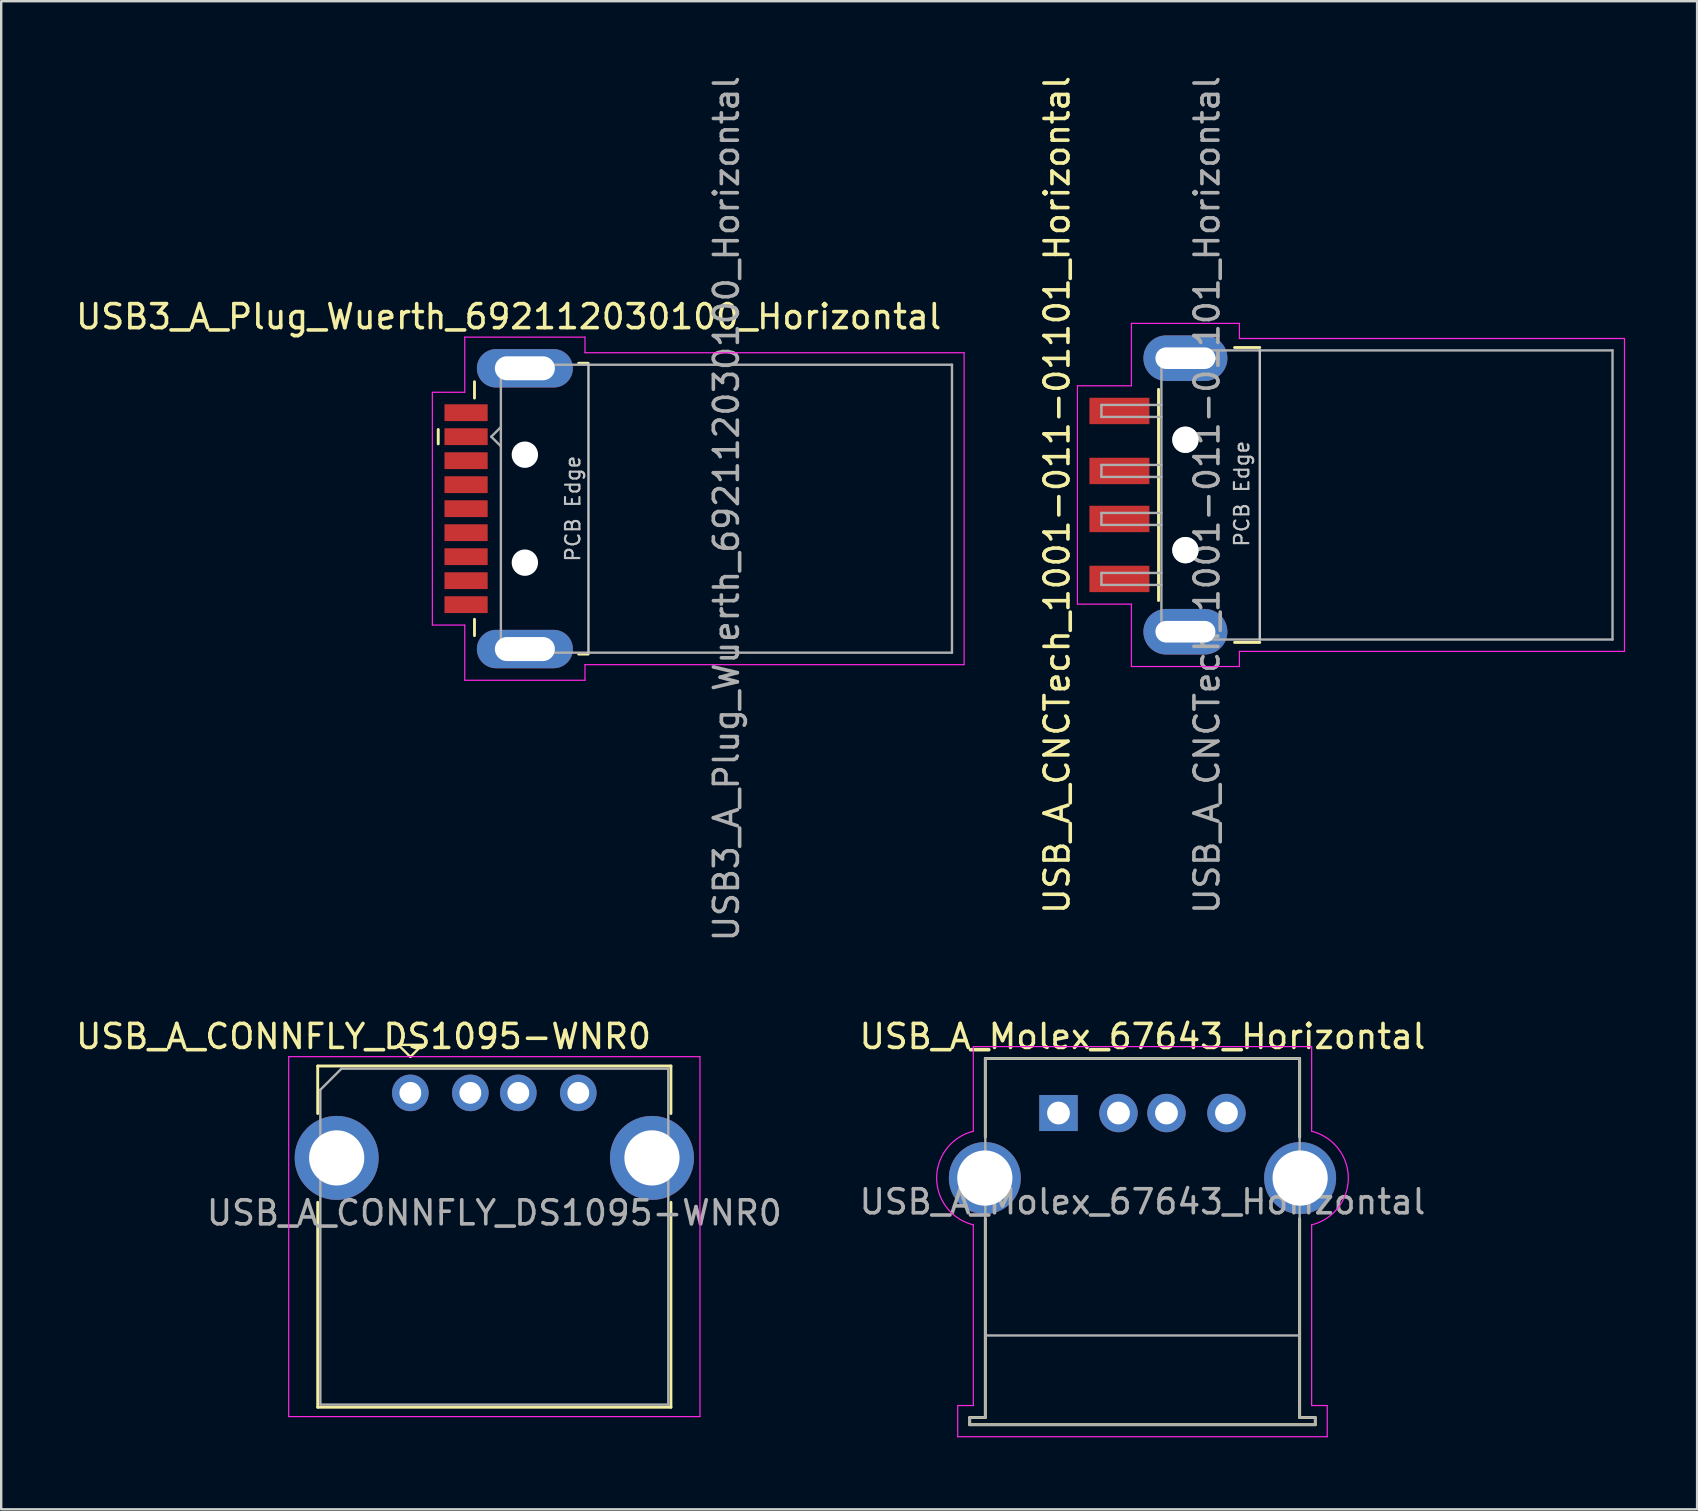
<source format=kicad_pcb>
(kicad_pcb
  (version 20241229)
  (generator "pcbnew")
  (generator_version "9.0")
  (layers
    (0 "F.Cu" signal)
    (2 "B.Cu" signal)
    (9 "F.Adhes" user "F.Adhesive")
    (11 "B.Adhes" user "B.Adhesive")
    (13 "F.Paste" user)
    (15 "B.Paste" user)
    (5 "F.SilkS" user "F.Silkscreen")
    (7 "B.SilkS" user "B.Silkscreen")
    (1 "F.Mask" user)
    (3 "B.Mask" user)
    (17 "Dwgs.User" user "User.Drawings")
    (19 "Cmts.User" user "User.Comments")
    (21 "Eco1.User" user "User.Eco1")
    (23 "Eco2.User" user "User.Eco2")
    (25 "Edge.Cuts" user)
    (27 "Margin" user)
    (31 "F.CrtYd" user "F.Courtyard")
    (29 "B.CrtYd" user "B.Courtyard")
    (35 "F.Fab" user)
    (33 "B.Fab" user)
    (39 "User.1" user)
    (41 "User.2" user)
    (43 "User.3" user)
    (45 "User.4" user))
  (footprint "USB_A_Molex_67643_Horizontal"
    (layer "F.Cu")
    (at 41.063 43.336)
    (property "Reference" "USB_A_Molex_67643_Horizontal" (at 3.5 -3.19 0) (layer "F.SilkS") (effects (font (size 1 1) (thickness 0.15))))
    (attr through_hole)
    (fp_line (start -3.7 12.69) (end -3.7 12.99) (stroke (width 0.12) (type solid)) (layer "F.SilkS"))
    (fp_line (start -3.7 12.99) (end 10.7 12.99) (stroke (width 0.12) (type solid)) (layer "F.SilkS"))
    (fp_line (start -3.05 -2.27) (end -3.05 1) (stroke (width 0.12) (type solid)) (layer "F.SilkS"))
    (fp_line (start -3.05 -2.27) (end 10.05 -2.27) (stroke (width 0.12) (type solid)) (layer "F.SilkS"))
    (fp_line (start -3.05 12.69) (end -3.7 12.69) (stroke (width 0.12) (type solid)) (layer "F.SilkS"))
    (fp_line (start -3.05 12.69) (end -3.05 4.4) (stroke (width 0.12) (type solid)) (layer "F.SilkS"))
    (fp_line (start 10.05 -2.27) (end 10.05 1) (stroke (width 0.12) (type solid)) (layer "F.SilkS"))
    (fp_line (start 10.05 4.4) (end 10.05 12.69) (stroke (width 0.12) (type solid)) (layer "F.SilkS"))
    (fp_line (start 10.7 12.69) (end 10.05 12.69) (stroke (width 0.12) (type solid)) (layer "F.SilkS"))
    (fp_line (start 10.7 12.99) (end 10.7 12.69) (stroke (width 0.12) (type solid)) (layer "F.SilkS"))
    (fp_line (start -4.2 12.19) (end -3.55 12.19) (stroke (width 0.05) (type solid)) (layer "F.CrtYd"))
    (fp_line (start -4.2 13.49) (end -4.2 12.19) (stroke (width 0.05) (type solid)) (layer "F.CrtYd"))
    (fp_line (start -4.2 13.49) (end 11.2 13.49) (stroke (width 0.05) (type solid)) (layer "F.CrtYd"))
    (fp_line (start -3.55 -2.77) (end -3.55 0.76) (stroke (width 0.05) (type solid)) (layer "F.CrtYd"))
    (fp_line (start -3.55 -2.77) (end 10.55 -2.77) (stroke (width 0.05) (type solid)) (layer "F.CrtYd"))
    (fp_line (start -3.55 12.19) (end -3.55 4.66) (stroke (width 0.05) (type solid)) (layer "F.CrtYd"))
    (fp_line (start 10.55 -2.77) (end 10.55 0.76) (stroke (width 0.05) (type solid)) (layer "F.CrtYd"))
    (fp_line (start 10.55 12.19) (end 10.55 4.66) (stroke (width 0.05) (type solid)) (layer "F.CrtYd"))
    (fp_line (start 11.2 12.19) (end 10.55 12.19) (stroke (width 0.05) (type solid)) (layer "F.CrtYd"))
    (fp_line (start 11.2 13.49) (end 11.2 12.19) (stroke (width 0.05) (type solid)) (layer "F.CrtYd"))
    (fp_arc (start -3.55 4.66) (mid -5.078208 2.71) (end -3.55 0.76) (stroke (width 0.05) (type solid)) (layer "F.CrtYd"))
    (fp_arc (start 10.55 0.76) (mid 12.078208 2.71) (end 10.55 4.66) (stroke (width 0.05) (type solid)) (layer "F.CrtYd"))
    (fp_line (start -3.7 12.69) (end -3.7 12.99) (stroke (width 0.1) (type solid)) (layer "F.Fab"))
    (fp_line (start -3.7 12.99) (end 10.7 12.99) (stroke (width 0.1) (type solid)) (layer "F.Fab"))
    (fp_line (start -3.05 -2.27) (end 10.05 -2.27) (stroke (width 0.1) (type solid)) (layer "F.Fab"))
    (fp_line (start -3.05 9.27) (end 10.05 9.27) (stroke (width 0.1) (type solid)) (layer "F.Fab"))
    (fp_line (start -3.05 12.69) (end -3.7 12.69) (stroke (width 0.1) (type solid)) (layer "F.Fab"))
    (fp_line (start -3.05 12.69) (end -3.05 -2.27) (stroke (width 0.1) (type solid)) (layer "F.Fab"))
    (fp_line (start 10.05 -2.27) (end 10.05 12.69) (stroke (width 0.1) (type solid)) (layer "F.Fab"))
    (fp_line (start 10.7 12.69) (end 10.05 12.69) (stroke (width 0.1) (type solid)) (layer "F.Fab"))
    (fp_line (start 10.7 12.99) (end 10.7 12.69) (stroke (width 0.1) (type solid)) (layer "F.Fab"))
    (fp_text user "${REFERENCE}" (at 3.5 3.7 0) (layer "F.Fab") (effects (font (size 1 1) (thickness 0.15))))
    (pad "1" thru_hole rect (at 0 0) (size 1.6 1.5) (drill 0.95) (layers "*.Cu" "*.Mask"))
    (pad "2" thru_hole circle (at 2.5 0) (size 1.6 1.6) (drill 0.95) (layers "*.Cu" "*.Mask"))
    (pad "3" thru_hole circle (at 4.5 0) (size 1.6 1.6) (drill 0.95) (layers "*.Cu" "*.Mask"))
    (pad "4" thru_hole circle (at 7 0) (size 1.6 1.6) (drill 0.95) (layers "*.Cu" "*.Mask"))
    (pad "5" thru_hole circle (at -3.07 2.71) (size 3 3) (drill 2.3) (layers "*.Cu" "*.Mask"))
    (pad "5" thru_hole circle (at 10.07 2.71) (size 3 3) (drill 2.3) (layers "*.Cu" "*.Mask")))
  (footprint "USB3_A_Plug_Wuerth_692112030100_Horizontal"
    (layer "F.Cu")
    (at 18.149 18.149)
    (property "Reference" "USB3_A_Plug_Wuerth_692112030100_Horizontal" (at 0 -8 0) (layer "F.SilkS") (effects (font (size 1 1) (thickness 0.15))))
    (attr smd)
    (fp_line (start -2.935 -2.7) (end -2.935 -3.3) (stroke (width 0.12) (type solid)) (layer "F.SilkS"))
    (fp_line (start -1.425 -4.61) (end -1.425 -5.29) (stroke (width 0.12) (type solid)) (layer "F.SilkS"))
    (fp_line (start -1.425 4.61) (end -1.425 5.29) (stroke (width 0.12) (type solid)) (layer "F.SilkS"))
    (fp_line (start 3.315 -6.06) (end 2.915 -6.06) (stroke (width 0.12) (type solid)) (layer "F.SilkS"))
    (fp_line (start 3.315 6.06) (end 2.915 6.06) (stroke (width 0.12) (type solid)) (layer "F.SilkS"))
    (fp_line (start 3.325 6) (end 3.325 -6) (stroke (width 0.1) (type solid)) (layer "Dwgs.User"))
    (fp_line (start -3.18 -4.85) (end -3.18 4.85) (stroke (width 0.05) (type solid)) (layer "F.CrtYd"))
    (fp_line (start -1.83 -7.15) (end -1.83 -4.85) (stroke (width 0.05) (type solid)) (layer "F.CrtYd"))
    (fp_line (start -1.83 -4.85) (end -3.18 -4.85) (stroke (width 0.05) (type solid)) (layer "F.CrtYd"))
    (fp_line (start -1.83 4.85) (end -3.18 4.85) (stroke (width 0.05) (type solid)) (layer "F.CrtYd"))
    (fp_line (start -1.83 7.15) (end -1.83 4.85) (stroke (width 0.05) (type solid)) (layer "F.CrtYd"))
    (fp_line (start 3.18 -7.15) (end -1.83 -7.15) (stroke (width 0.05) (type solid)) (layer "F.CrtYd"))
    (fp_line (start 3.18 -6.5) (end 3.18 -7.15) (stroke (width 0.05) (type solid)) (layer "F.CrtYd"))
    (fp_line (start 3.18 6.5) (end 3.18 7.15) (stroke (width 0.05) (type solid)) (layer "F.CrtYd"))
    (fp_line (start 3.18 7.15) (end -1.83 7.15) (stroke (width 0.05) (type solid)) (layer "F.CrtYd"))
    (fp_line (start 18.98 -6.5) (end 3.18 -6.5) (stroke (width 0.05) (type solid)) (layer "F.CrtYd"))
    (fp_line (start 18.98 6.5) (end 3.18 6.5) (stroke (width 0.05) (type solid)) (layer "F.CrtYd"))
    (fp_line (start 18.98 6.5) (end 18.98 -6.5) (stroke (width 0.05) (type solid)) (layer "F.CrtYd"))
    (fp_line (start -0.725 -3) (end -0.325 -3.4) (stroke (width 0.1) (type solid)) (layer "F.Fab"))
    (fp_line (start -0.725 -3) (end -0.325 -2.6) (stroke (width 0.1) (type solid)) (layer "F.Fab"))
    (fp_line (start -0.325 6) (end -0.325 -6) (stroke (width 0.1) (type solid)) (layer "F.Fab"))
    (fp_line (start 18.475 -6) (end -0.325 -6) (stroke (width 0.1) (type solid)) (layer "F.Fab"))
    (fp_line (start 18.475 6) (end -0.325 6) (stroke (width 0.1) (type solid)) (layer "F.Fab"))
    (fp_line (start 18.475 6) (end 18.475 -6) (stroke (width 0.1) (type solid)) (layer "F.Fab"))
    (fp_text user "PCB Edge" (at 2.675 0 90) (layer "Dwgs.User") (effects (font (size 0.6 0.6) (thickness 0.09))))
    (fp_text user "${REFERENCE}" (at 9.075 0 90) (layer "F.Fab") (effects (font (size 1 1) (thickness 0.15))))
    (pad "" np_thru_hole circle (at 0.675 -2.25 90) (size 1.1 1.1) (drill 1.1) (layers "*.Cu" "*.Mask"))
    (pad "" np_thru_hole circle (at 0.675 2.25 90) (size 1.1 1.1) (drill 1.1) (layers "*.Cu" "*.Mask"))
    (pad "1" smd rect (at -1.775 -3 90) (size 0.7 1.8) (layers "F.Cu" "F.Mask" "F.Paste"))
    (pad "2" smd rect (at -1.775 -1 90) (size 0.7 1.8) (layers "F.Cu" "F.Mask" "F.Paste"))
    (pad "3" smd rect (at -1.775 1 90) (size 0.7 1.8) (layers "F.Cu" "F.Mask" "F.Paste"))
    (pad "4" smd rect (at -1.775 3 90) (size 0.7 1.8) (layers "F.Cu" "F.Mask" "F.Paste"))
    (pad "5" smd rect (at -1.775 4 90) (size 0.7 1.8) (layers "F.Cu" "F.Mask" "F.Paste"))
    (pad "6" smd rect (at -1.775 2 90) (size 0.7 1.8) (layers "F.Cu" "F.Mask" "F.Paste"))
    (pad "7" smd rect (at -1.775 0 90) (size 0.7 1.8) (layers "F.Cu" "F.Mask" "F.Paste"))
    (pad "8" smd rect (at -1.775 -2 90) (size 0.7 1.8) (layers "F.Cu" "F.Mask" "F.Paste"))
    (pad "9" smd rect (at -1.775 -4) (size 1.8 0.7) (layers "F.Cu" "F.Mask" "F.Paste"))
    (pad "10" thru_hole oval (at 0.675 -5.85 90) (size 1.6 4) (drill oval 1 2.5) (layers "*.Cu" "*.Mask"))
    (pad "10" thru_hole oval (at 0.675 5.85 90) (size 1.6 4) (drill oval 1 2.5) (layers "*.Cu" "*.Mask")))
  (footprint "USB_A_CNCTech_1001-011-01101_Horizontal"
    (layer "F.Cu")
    (at 53.252 17.577)
    (property "Reference" "USB_A_CNCTech_1001-011-01101_Horizontal" (at -12.25 0 90) (layer "F.SilkS") (effects (font (size 1 1) (thickness 0.15))))
    (attr smd)
    (fp_line (start -8.02 -4.4) (end -8.02 4.4) (stroke (width 0.12) (type solid)) (layer "F.SilkS"))
    (fp_line (start -4.85 -6.145) (end -3.8 -6.145) (stroke (width 0.12) (type solid)) (layer "F.SilkS"))
    (fp_line (start -4.85 6.145) (end -3.8 6.145) (stroke (width 0.12) (type solid)) (layer "F.SilkS"))
    (fp_line (start -3.8 6.025) (end -3.8 -6.025) (stroke (width 0.1) (type solid)) (layer "Dwgs.User"))
    (fp_line (start -11.4 -4.55) (end -9.15 -4.55) (stroke (width 0.05) (type solid)) (layer "F.CrtYd"))
    (fp_line (start -11.4 4.55) (end -11.4 -4.55) (stroke (width 0.05) (type solid)) (layer "F.CrtYd"))
    (fp_line (start -11.4 4.55) (end -9.15 4.55) (stroke (width 0.05) (type solid)) (layer "F.CrtYd"))
    (fp_line (start -9.15 -7.15) (end -9.15 -4.55) (stroke (width 0.05) (type solid)) (layer "F.CrtYd"))
    (fp_line (start -9.15 -7.15) (end -4.65 -7.15) (stroke (width 0.05) (type solid)) (layer "F.CrtYd"))
    (fp_line (start -9.15 4.55) (end -9.15 7.15) (stroke (width 0.05) (type solid)) (layer "F.CrtYd"))
    (fp_line (start -9.15 7.15) (end -4.65 7.15) (stroke (width 0.05) (type solid)) (layer "F.CrtYd"))
    (fp_line (start -4.65 -6.52) (end -4.65 -7.15) (stroke (width 0.05) (type solid)) (layer "F.CrtYd"))
    (fp_line (start -4.65 -6.52) (end 11.4 -6.52) (stroke (width 0.05) (type solid)) (layer "F.CrtYd"))
    (fp_line (start -4.65 6.52) (end 11.4 6.52) (stroke (width 0.05) (type solid)) (layer "F.CrtYd"))
    (fp_line (start -4.65 7.15) (end -4.65 6.52) (stroke (width 0.05) (type solid)) (layer "F.CrtYd"))
    (fp_line (start 11.4 6.52) (end 11.4 -6.52) (stroke (width 0.05) (type solid)) (layer "F.CrtYd"))
    (fp_line (start -10.4 -3.75) (end -7.9 -3.75) (stroke (width 0.1) (type solid)) (layer "F.Fab"))
    (fp_line (start -10.4 -3.25) (end -10.4 -3.75) (stroke (width 0.1) (type solid)) (layer "F.Fab"))
    (fp_line (start -10.4 -3.25) (end -7.9 -3.25) (stroke (width 0.1) (type solid)) (layer "F.Fab"))
    (fp_line (start -10.4 -1.25) (end -7.9 -1.25) (stroke (width 0.1) (type solid)) (layer "F.Fab"))
    (fp_line (start -10.4 -0.75) (end -10.4 -1.25) (stroke (width 0.1) (type solid)) (layer "F.Fab"))
    (fp_line (start -10.4 -0.75) (end -7.9 -0.75) (stroke (width 0.1) (type solid)) (layer "F.Fab"))
    (fp_line (start -10.4 0.75) (end -7.9 0.75) (stroke (width 0.1) (type solid)) (layer "F.Fab"))
    (fp_line (start -10.4 1.25) (end -10.4 0.75) (stroke (width 0.1) (type solid)) (layer "F.Fab"))
    (fp_line (start -10.4 1.25) (end -7.9 1.25) (stroke (width 0.1) (type solid)) (layer "F.Fab"))
    (fp_line (start -10.4 3.25) (end -7.9 3.25) (stroke (width 0.1) (type solid)) (layer "F.Fab"))
    (fp_line (start -10.4 3.75) (end -10.4 3.25) (stroke (width 0.1) (type solid)) (layer "F.Fab"))
    (fp_line (start -10.4 3.75) (end -7.9 3.75) (stroke (width 0.1) (type solid)) (layer "F.Fab"))
    (fp_line (start -7.9 -6.025) (end 10.9 -6.025) (stroke (width 0.1) (type solid)) (layer "F.Fab"))
    (fp_line (start -7.9 6.025) (end -7.9 -6.025) (stroke (width 0.1) (type solid)) (layer "F.Fab"))
    (fp_line (start -7.9 6.025) (end 10.9 6.025) (stroke (width 0.1) (type solid)) (layer "F.Fab"))
    (fp_line (start 10.9 6.025) (end 10.9 -6.025) (stroke (width 0.1) (type solid)) (layer "F.Fab"))
    (fp_circle (center -6.9 -2.3) (end -6.9 -2.8) (stroke (width 0.1) (type solid)) (fill no) (layer "F.Fab"))
    (fp_circle (center -6.9 2.3) (end -6.9 2.8) (stroke (width 0.1) (type solid)) (fill no) (layer "F.Fab"))
    (fp_text user "PCB Edge" (at -4.55 -0.05 90) (layer "Dwgs.User") (effects (font (size 0.6 0.6) (thickness 0.09))))
    (fp_text user "${REFERENCE}" (at -6 0 90) (layer "F.Fab") (effects (font (size 1 1) (thickness 0.15))))
    (pad "" np_thru_hole circle (at -6.9 -2.3) (size 1.1 1.1) (drill 1.1) (layers "*.Cu" "*.Mask"))
    (pad "" np_thru_hole circle (at -6.9 2.3) (size 1.1 1.1) (drill 1.1) (layers "*.Cu" "*.Mask"))
    (pad "1" smd rect (at -9.65 -3.5) (size 2.5 1.1) (layers "F.Cu" "F.Mask" "F.Paste"))
    (pad "2" smd rect (at -9.65 -1) (size 2.5 1.1) (layers "F.Cu" "F.Mask" "F.Paste"))
    (pad "3" smd rect (at -9.65 1) (size 2.5 1.1) (layers "F.Cu" "F.Mask" "F.Paste"))
    (pad "4" smd rect (at -9.65 3.5) (size 2.5 1.1) (layers "F.Cu" "F.Mask" "F.Paste"))
    (pad "5" thru_hole oval (at -6.9 -5.7) (size 3.5 1.9) (drill oval 2.5 0.9) (layers "*.Cu" "*.Mask"))
    (pad "5" thru_hole oval (at -6.9 5.7) (size 3.5 1.9) (drill oval 2.5 0.9) (layers "*.Cu" "*.Mask")))
  (footprint "USB_A_CONNFLY_DS1095-WNR0"
    (layer "F.Cu")
    (at 14.051 42.496)
    (property "Reference" "USB_A_CONNFLY_DS1095-WNR0" (at -1.95 -2.35 0) (layer "F.SilkS") (effects (font (size 1 1) (thickness 0.15))))
    (attr through_hole)
    (fp_line (start -3.86 -1.12) (end -3.86 0.86) (stroke (width 0.12) (type solid)) (layer "F.SilkS"))
    (fp_line (start -3.86 -1.12) (end 10.86 -1.12) (stroke (width 0.12) (type solid)) (layer "F.SilkS"))
    (fp_line (start -3.86 4.56) (end -3.86 13.1) (stroke (width 0.12) (type solid)) (layer "F.SilkS"))
    (fp_line (start -3.86 13.1) (end 10.86 13.1) (stroke (width 0.12) (type solid)) (layer "F.SilkS"))
    (fp_line (start -0.5 -2) (end 0 -1.5) (stroke (width 0.1) (type solid)) (layer "F.SilkS"))
    (fp_line (start 0 -1.5) (end 0.5 -2) (stroke (width 0.1) (type solid)) (layer "F.SilkS"))
    (fp_line (start 0.5 -2) (end -0.5 -2) (stroke (width 0.1) (type solid)) (layer "F.SilkS"))
    (fp_line (start 10.86 0.86) (end 10.86 -1.12) (stroke (width 0.12) (type solid)) (layer "F.SilkS"))
    (fp_line (start 10.86 4.56) (end 10.86 13.1) (stroke (width 0.12) (type solid)) (layer "F.SilkS"))
    (fp_line (start -5.07 -1.51) (end -5.07 13.49) (stroke (width 0.05) (type solid)) (layer "F.CrtYd"))
    (fp_line (start -5.07 -1.51) (end 12.07 -1.51) (stroke (width 0.05) (type solid)) (layer "F.CrtYd"))
    (fp_line (start 12.07 -1.51) (end 12.07 13.49) (stroke (width 0.05) (type solid)) (layer "F.CrtYd"))
    (fp_line (start 12.07 13.49) (end -5.07 13.49) (stroke (width 0.05) (type solid)) (layer "F.CrtYd"))
    (fp_line (start -3.75 -0.13) (end -3.75 12.99) (stroke (width 0.1) (type solid)) (layer "F.Fab"))
    (fp_line (start -3.75 12.99) (end 10.75 12.99) (stroke (width 0.1) (type solid)) (layer "F.Fab"))
    (fp_line (start -2.87 -1.01) (end -3.75 -0.13) (stroke (width 0.1) (type solid)) (layer "F.Fab"))
    (fp_line (start -2.87 -1.01) (end 10.75 -1.01) (stroke (width 0.1) (type solid)) (layer "F.Fab"))
    (fp_line (start 10.75 -1.01) (end 10.75 12.99) (stroke (width 0.1) (type solid)) (layer "F.Fab"))
    (fp_text user "${REFERENCE}" (at 3.5 5 0) (layer "F.Fab") (effects (font (size 1 1) (thickness 0.15))))
    (pad "1" thru_hole circle (at 0 0) (size 1.524 1.524) (drill 0.91) (layers "*.Cu" "*.Mask"))
    (pad "2" thru_hole circle (at 2.5 0) (size 1.524 1.524) (drill 0.91) (layers "*.Cu" "*.Mask"))
    (pad "3" thru_hole circle (at 4.5 0) (size 1.524 1.524) (drill 0.91) (layers "*.Cu" "*.Mask"))
    (pad "4" thru_hole circle (at 7 0) (size 1.524 1.524) (drill 0.91) (layers "*.Cu" "*.Mask"))
    (pad "5" thru_hole circle (at -3.07 2.71) (size 3.5 3.5) (drill 2.3) (layers "*.Cu" "*.Mask"))
    (pad "5" thru_hole circle (at 10.07 2.71) (size 3.5 3.5) (drill 2.3) (layers "*.Cu" "*.Mask")))
  (gr_rect
    (start -3 -3)
    (end 67.677 59.851)
    (stroke (width 0.1) (type default))
    (fill no)
    (layer "Edge.Cuts")))
</source>
